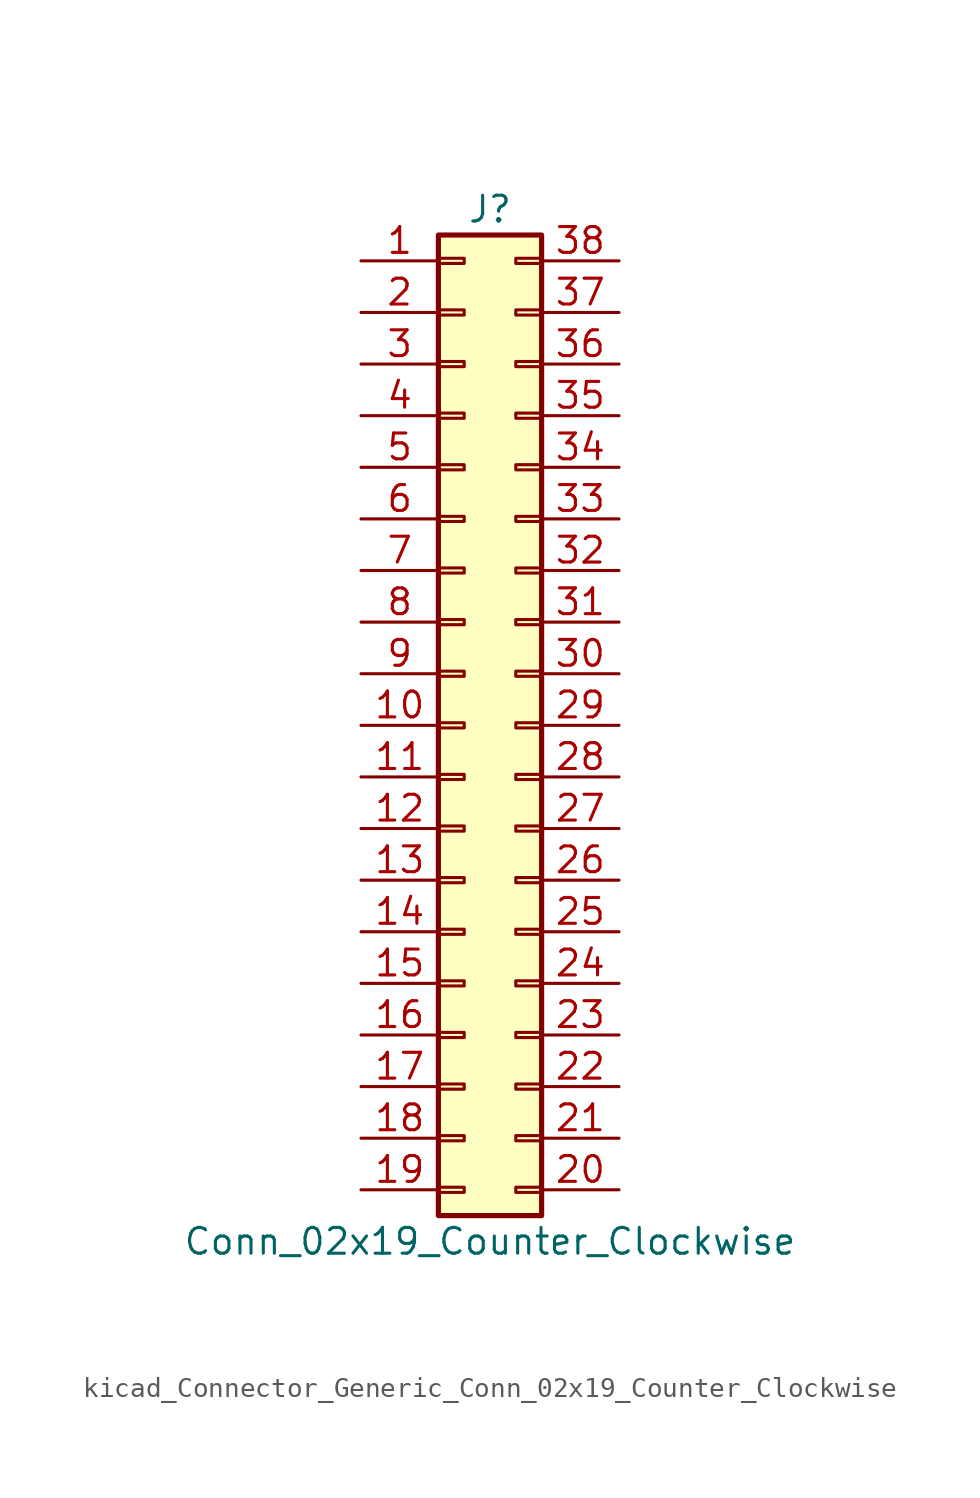
<source format=kicad_sym>
(kicad_symbol_lib
  (version 20220914)
  (generator kicad_symbol_editor)
  (symbol "kicad_Connector_Generic_Conn_02x19_Counter_Clockwise"
    (pin_names
      (offset 1.016) hide)
    (property "Reference" "J"
      (at 1.27 25.4 0)
      (effects (font (size 1.27 1.27))))
    (property "Value" "Conn_02x19_Counter_Clockwise"
      (at 1.27 -25.4 0)
      (effects (font (size 1.27 1.27))))
    (symbol "kicad_Connector_Generic_Conn_02x19_Counter_Clockwise_1_1"
      (rectangle (start -1.27 -22.733) (end 0 -22.987) (stroke (width 0.152) (type default)) (fill (type none)))
      (rectangle (start -1.27 -20.193) (end 0 -20.447) (stroke (width 0.152) (type default)) (fill (type none)))
      (rectangle (start -1.27 -17.653) (end 0 -17.907) (stroke (width 0.152) (type default)) (fill (type none)))
      (rectangle (start -1.27 -15.113) (end 0 -15.367) (stroke (width 0.152) (type default)) (fill (type none)))
      (rectangle (start -1.27 -12.573) (end 0 -12.827) (stroke (width 0.152) (type default)) (fill (type none)))
      (rectangle (start -1.27 -10.033) (end 0 -10.287) (stroke (width 0.152) (type default)) (fill (type none)))
      (rectangle (start -1.27 -7.493) (end 0 -7.747) (stroke (width 0.152) (type default)) (fill (type none)))
      (rectangle (start -1.27 -4.953) (end 0 -5.207) (stroke (width 0.152) (type default)) (fill (type none)))
      (rectangle (start -1.27 -2.413) (end 0 -2.667) (stroke (width 0.152) (type default)) (fill (type none)))
      (rectangle (start -1.27 0.127) (end 0 -0.127) (stroke (width 0.152) (type default)) (fill (type none)))
      (rectangle (start -1.27 2.667) (end 0 2.413) (stroke (width 0.152) (type default)) (fill (type none)))
      (rectangle (start -1.27 5.207) (end 0 4.953) (stroke (width 0.152) (type default)) (fill (type none)))
      (rectangle (start -1.27 7.747) (end 0 7.493) (stroke (width 0.152) (type default)) (fill (type none)))
      (rectangle (start -1.27 10.287) (end 0 10.033) (stroke (width 0.152) (type default)) (fill (type none)))
      (rectangle (start -1.27 12.827) (end 0 12.573) (stroke (width 0.152) (type default)) (fill (type none)))
      (rectangle (start -1.27 15.367) (end 0 15.113) (stroke (width 0.152) (type default)) (fill (type none)))
      (rectangle (start -1.27 17.907) (end 0 17.653) (stroke (width 0.152) (type default)) (fill (type none)))
      (rectangle (start -1.27 20.447) (end 0 20.193) (stroke (width 0.152) (type default)) (fill (type none)))
      (rectangle (start -1.27 22.987) (end 0 22.733) (stroke (width 0.152) (type default)) (fill (type none)))
      (rectangle (start -1.27 24.13) (end 3.81 -24.13) (stroke (width 0.254) (type default)) (fill (type background)))
      (rectangle (start 3.81 -22.733) (end 2.54 -22.987) (stroke (width 0.152) (type default)) (fill (type none)))
      (rectangle (start 3.81 -20.193) (end 2.54 -20.447) (stroke (width 0.152) (type default)) (fill (type none)))
      (rectangle (start 3.81 -17.653) (end 2.54 -17.907) (stroke (width 0.152) (type default)) (fill (type none)))
      (rectangle (start 3.81 -15.113) (end 2.54 -15.367) (stroke (width 0.152) (type default)) (fill (type none)))
      (rectangle (start 3.81 -12.573) (end 2.54 -12.827) (stroke (width 0.152) (type default)) (fill (type none)))
      (rectangle (start 3.81 -10.033) (end 2.54 -10.287) (stroke (width 0.152) (type default)) (fill (type none)))
      (rectangle (start 3.81 -7.493) (end 2.54 -7.747) (stroke (width 0.152) (type default)) (fill (type none)))
      (rectangle (start 3.81 -4.953) (end 2.54 -5.207) (stroke (width 0.152) (type default)) (fill (type none)))
      (rectangle (start 3.81 -2.413) (end 2.54 -2.667) (stroke (width 0.152) (type default)) (fill (type none)))
      (rectangle (start 3.81 0.127) (end 2.54 -0.127) (stroke (width 0.152) (type default)) (fill (type none)))
      (rectangle (start 3.81 2.667) (end 2.54 2.413) (stroke (width 0.152) (type default)) (fill (type none)))
      (rectangle (start 3.81 5.207) (end 2.54 4.953) (stroke (width 0.152) (type default)) (fill (type none)))
      (rectangle (start 3.81 7.747) (end 2.54 7.493) (stroke (width 0.152) (type default)) (fill (type none)))
      (rectangle (start 3.81 10.287) (end 2.54 10.033) (stroke (width 0.152) (type default)) (fill (type none)))
      (rectangle (start 3.81 12.827) (end 2.54 12.573) (stroke (width 0.152) (type default)) (fill (type none)))
      (rectangle (start 3.81 15.367) (end 2.54 15.113) (stroke (width 0.152) (type default)) (fill (type none)))
      (rectangle (start 3.81 17.907) (end 2.54 17.653) (stroke (width 0.152) (type default)) (fill (type none)))
      (rectangle (start 3.81 20.447) (end 2.54 20.193) (stroke (width 0.152) (type default)) (fill (type none)))
      (rectangle (start 3.81 22.987) (end 2.54 22.733) (stroke (width 0.152) (type default)) (fill (type none)))
      (pin passive line (at -5.08 22.86 0) (length 3.81) (name "Pin_1" (effects (font (size 1.27 1.27)))) (number "1" (effects (font (size 1.27 1.27)))))
      (pin passive line (at -5.08 0 0) (length 3.81) (name "Pin_10" (effects (font (size 1.27 1.27)))) (number "10" (effects (font (size 1.27 1.27)))))
      (pin passive line (at -5.08 -2.54 0) (length 3.81) (name "Pin_11" (effects (font (size 1.27 1.27)))) (number "11" (effects (font (size 1.27 1.27)))))
      (pin passive line (at -5.08 -5.08 0) (length 3.81) (name "Pin_12" (effects (font (size 1.27 1.27)))) (number "12" (effects (font (size 1.27 1.27)))))
      (pin passive line (at -5.08 -7.62 0) (length 3.81) (name "Pin_13" (effects (font (size 1.27 1.27)))) (number "13" (effects (font (size 1.27 1.27)))))
      (pin passive line (at -5.08 -10.16 0) (length 3.81) (name "Pin_14" (effects (font (size 1.27 1.27)))) (number "14" (effects (font (size 1.27 1.27)))))
      (pin passive line (at -5.08 -12.7 0) (length 3.81) (name "Pin_15" (effects (font (size 1.27 1.27)))) (number "15" (effects (font (size 1.27 1.27)))))
      (pin passive line (at -5.08 -15.24 0) (length 3.81) (name "Pin_16" (effects (font (size 1.27 1.27)))) (number "16" (effects (font (size 1.27 1.27)))))
      (pin passive line (at -5.08 -17.78 0) (length 3.81) (name "Pin_17" (effects (font (size 1.27 1.27)))) (number "17" (effects (font (size 1.27 1.27)))))
      (pin passive line (at -5.08 -20.32 0) (length 3.81) (name "Pin_18" (effects (font (size 1.27 1.27)))) (number "18" (effects (font (size 1.27 1.27)))))
      (pin passive line (at -5.08 -22.86 0) (length 3.81) (name "Pin_19" (effects (font (size 1.27 1.27)))) (number "19" (effects (font (size 1.27 1.27)))))
      (pin passive line (at -5.08 20.32 0) (length 3.81) (name "Pin_2" (effects (font (size 1.27 1.27)))) (number "2" (effects (font (size 1.27 1.27)))))
      (pin passive line (at 7.62 -22.86 180) (length 3.81) (name "Pin_20" (effects (font (size 1.27 1.27)))) (number "20" (effects (font (size 1.27 1.27)))))
      (pin passive line (at 7.62 -20.32 180) (length 3.81) (name "Pin_21" (effects (font (size 1.27 1.27)))) (number "21" (effects (font (size 1.27 1.27)))))
      (pin passive line (at 7.62 -17.78 180) (length 3.81) (name "Pin_22" (effects (font (size 1.27 1.27)))) (number "22" (effects (font (size 1.27 1.27)))))
      (pin passive line (at 7.62 -15.24 180) (length 3.81) (name "Pin_23" (effects (font (size 1.27 1.27)))) (number "23" (effects (font (size 1.27 1.27)))))
      (pin passive line (at 7.62 -12.7 180) (length 3.81) (name "Pin_24" (effects (font (size 1.27 1.27)))) (number "24" (effects (font (size 1.27 1.27)))))
      (pin passive line (at 7.62 -10.16 180) (length 3.81) (name "Pin_25" (effects (font (size 1.27 1.27)))) (number "25" (effects (font (size 1.27 1.27)))))
      (pin passive line (at 7.62 -7.62 180) (length 3.81) (name "Pin_26" (effects (font (size 1.27 1.27)))) (number "26" (effects (font (size 1.27 1.27)))))
      (pin passive line (at 7.62 -5.08 180) (length 3.81) (name "Pin_27" (effects (font (size 1.27 1.27)))) (number "27" (effects (font (size 1.27 1.27)))))
      (pin passive line (at 7.62 -2.54 180) (length 3.81) (name "Pin_28" (effects (font (size 1.27 1.27)))) (number "28" (effects (font (size 1.27 1.27)))))
      (pin passive line (at 7.62 0 180) (length 3.81) (name "Pin_29" (effects (font (size 1.27 1.27)))) (number "29" (effects (font (size 1.27 1.27)))))
      (pin passive line (at -5.08 17.78 0) (length 3.81) (name "Pin_3" (effects (font (size 1.27 1.27)))) (number "3" (effects (font (size 1.27 1.27)))))
      (pin passive line (at 7.62 2.54 180) (length 3.81) (name "Pin_30" (effects (font (size 1.27 1.27)))) (number "30" (effects (font (size 1.27 1.27)))))
      (pin passive line (at 7.62 5.08 180) (length 3.81) (name "Pin_31" (effects (font (size 1.27 1.27)))) (number "31" (effects (font (size 1.27 1.27)))))
      (pin passive line (at 7.62 7.62 180) (length 3.81) (name "Pin_32" (effects (font (size 1.27 1.27)))) (number "32" (effects (font (size 1.27 1.27)))))
      (pin passive line (at 7.62 10.16 180) (length 3.81) (name "Pin_33" (effects (font (size 1.27 1.27)))) (number "33" (effects (font (size 1.27 1.27)))))
      (pin passive line (at 7.62 12.7 180) (length 3.81) (name "Pin_34" (effects (font (size 1.27 1.27)))) (number "34" (effects (font (size 1.27 1.27)))))
      (pin passive line (at 7.62 15.24 180) (length 3.81) (name "Pin_35" (effects (font (size 1.27 1.27)))) (number "35" (effects (font (size 1.27 1.27)))))
      (pin passive line (at 7.62 17.78 180) (length 3.81) (name "Pin_36" (effects (font (size 1.27 1.27)))) (number "36" (effects (font (size 1.27 1.27)))))
      (pin passive line (at 7.62 20.32 180) (length 3.81) (name "Pin_37" (effects (font (size 1.27 1.27)))) (number "37" (effects (font (size 1.27 1.27)))))
      (pin passive line (at 7.62 22.86 180) (length 3.81) (name "Pin_38" (effects (font (size 1.27 1.27)))) (number "38" (effects (font (size 1.27 1.27)))))
      (pin passive line (at -5.08 15.24 0) (length 3.81) (name "Pin_4" (effects (font (size 1.27 1.27)))) (number "4" (effects (font (size 1.27 1.27)))))
      (pin passive line (at -5.08 12.7 0) (length 3.81) (name "Pin_5" (effects (font (size 1.27 1.27)))) (number "5" (effects (font (size 1.27 1.27)))))
      (pin passive line (at -5.08 10.16 0) (length 3.81) (name "Pin_6" (effects (font (size 1.27 1.27)))) (number "6" (effects (font (size 1.27 1.27)))))
      (pin passive line (at -5.08 7.62 0) (length 3.81) (name "Pin_7" (effects (font (size 1.27 1.27)))) (number "7" (effects (font (size 1.27 1.27)))))
      (pin passive line (at -5.08 5.08 0) (length 3.81) (name "Pin_8" (effects (font (size 1.27 1.27)))) (number "8" (effects (font (size 1.27 1.27)))))
      (pin passive line (at -5.08 2.54 0) (length 3.81) (name "Pin_9" (effects (font (size 1.27 1.27)))) (number "9" (effects (font (size 1.27 1.27))))))))
</source>
